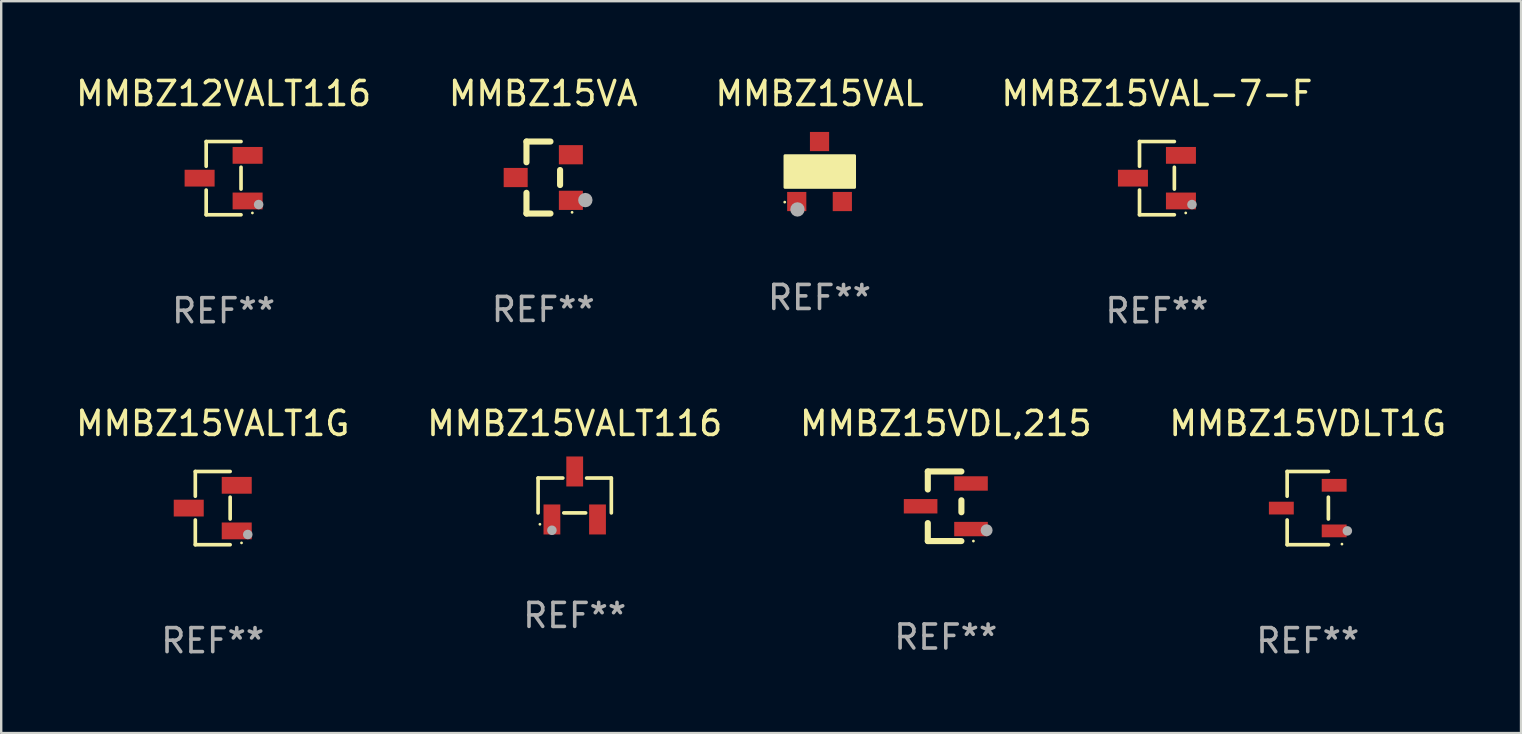
<source format=kicad_pcb>
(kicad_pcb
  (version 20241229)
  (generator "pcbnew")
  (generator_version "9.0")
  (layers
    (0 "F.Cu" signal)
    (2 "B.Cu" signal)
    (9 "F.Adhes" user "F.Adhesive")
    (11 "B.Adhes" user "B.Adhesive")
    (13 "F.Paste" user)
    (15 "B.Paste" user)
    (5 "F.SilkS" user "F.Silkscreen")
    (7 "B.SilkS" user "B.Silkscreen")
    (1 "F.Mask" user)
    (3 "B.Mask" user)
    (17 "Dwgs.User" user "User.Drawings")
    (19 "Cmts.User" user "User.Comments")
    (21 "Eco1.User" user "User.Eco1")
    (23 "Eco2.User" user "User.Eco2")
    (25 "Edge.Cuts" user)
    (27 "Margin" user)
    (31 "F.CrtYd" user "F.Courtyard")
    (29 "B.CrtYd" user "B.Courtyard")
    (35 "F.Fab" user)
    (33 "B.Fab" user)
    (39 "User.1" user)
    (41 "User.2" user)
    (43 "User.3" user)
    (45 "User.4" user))
  (footprint "MMBZ15VAL-7-F"
    (layer "F.Cu")
    (at 45.161 4.374)
    (property "Reference" "MMBZ15VAL-7-F" (at 0 -3.526 0) (layer "F.SilkS") (effects (font (size 1 1) (thickness 0.15))))
    (attr through_hole)
    (fp_line (start -0.726 -1.526) (end -0.726 -0.495) (stroke (width 0.152) (type solid)) (layer "F.SilkS"))
    (fp_line (start -0.726 1.526) (end -0.726 0.495) (stroke (width 0.152) (type solid)) (layer "F.SilkS"))
    (fp_line (start 0.726 -1.526) (end -0.726 -1.526) (stroke (width 0.152) (type solid)) (layer "F.SilkS"))
    (fp_line (start 0.726 -0.455) (end 0.726 0.455) (stroke (width 0.152) (type solid)) (layer "F.SilkS"))
    (fp_line (start 0.726 1.526) (end -0.726 1.526) (stroke (width 0.152) (type solid)) (layer "F.SilkS"))
    (fp_circle (center 1.2 1.45) (end 1.23 1.45) (stroke (width 0.06) (type solid)) (fill no) (layer "F.SilkS"))
    (fp_circle (center 1.46 1.1) (end 1.56 1.1) (stroke (width 0.2) (type solid)) (fill no) (layer "F.Fab"))
    (fp_text user "REF**" (at 0 5.526 0) (layer "F.Fab") (effects (font (size 1 1) (thickness 0.15))))
    (pad "1" smd rect (at 1 0.95) (size 1.25 0.7) (layers "F.Cu" "F.Mask" "F.Paste"))
    (pad "2" smd rect (at 1 -0.95) (size 1.25 0.7) (layers "F.Cu" "F.Mask" "F.Paste"))
    (pad "3" smd rect (at -1 0) (size 1.25 0.7) (layers "F.Cu" "F.Mask" "F.Paste")))
  (footprint "MMBZ15VAL"
    (layer "F.Cu")
    (at 31.101 4.098)
    (property "Reference" "MMBZ15VAL" (at 0 -3.25 0) (layer "F.SilkS") (effects (font (size 1 1) (thickness 0.15))))
    (attr through_hole)
    (fp_circle (center -1.45 1.275) (end -1.42 1.275) (stroke (width 0.06) (type solid)) (fill no) (layer "F.SilkS"))
    (fp_poly (pts (xy -1.44 -0.66) (xy 1.46 -0.66) (xy 1.46 0.66) (xy -1.44 0.66)) (stroke (width 0.12) (type solid)) (fill yes) (layer "F.SilkS"))
    (fp_circle (center -0.92 1.58) (end -0.77 1.58) (stroke (width 0.3) (type solid)) (fill no) (layer "F.Fab"))
    (fp_text user "REF**" (at 0 5.25 0) (layer "F.Fab") (effects (font (size 1 1) (thickness 0.15))))
    (pad "1" smd rect (at -0.95 1.25) (size 0.8 0.8) (layers "F.Cu" "F.Mask" "F.Paste"))
    (pad "2" smd rect (at 0.95 1.25) (size 0.8 0.8) (layers "F.Cu" "F.Mask" "F.Paste"))
    (pad "3" smd rect (at 0 -1.25) (size 0.8 0.8) (layers "F.Cu" "F.Mask" "F.Paste")))
  (footprint "MMBZ15VALT1G"
    (layer "F.Cu")
    (at 5.815 18.123)
    (property "Reference" "MMBZ15VALT1G" (at 0 -3.526 0) (layer "F.SilkS") (effects (font (size 1 1) (thickness 0.15))))
    (attr through_hole)
    (fp_line (start -0.726 -1.526) (end -0.726 -0.495) (stroke (width 0.152) (type solid)) (layer "F.SilkS"))
    (fp_line (start -0.726 1.526) (end -0.726 0.495) (stroke (width 0.152) (type solid)) (layer "F.SilkS"))
    (fp_line (start 0.726 -1.526) (end -0.726 -1.526) (stroke (width 0.152) (type solid)) (layer "F.SilkS"))
    (fp_line (start 0.726 -0.455) (end 0.726 0.455) (stroke (width 0.152) (type solid)) (layer "F.SilkS"))
    (fp_line (start 0.726 1.526) (end -0.726 1.526) (stroke (width 0.152) (type solid)) (layer "F.SilkS"))
    (fp_circle (center 1.2 1.45) (end 1.23 1.45) (stroke (width 0.06) (type solid)) (fill no) (layer "F.SilkS"))
    (fp_circle (center 1.46 1.1) (end 1.56 1.1) (stroke (width 0.2) (type solid)) (fill no) (layer "F.Fab"))
    (fp_text user "REF**" (at 0 5.526 0) (layer "F.Fab") (effects (font (size 1 1) (thickness 0.15))))
    (pad "1" smd rect (at 1 0.95) (size 1.25 0.7) (layers "F.Cu" "F.Mask" "F.Paste"))
    (pad "2" smd rect (at 1 -0.95) (size 1.25 0.7) (layers "F.Cu" "F.Mask" "F.Paste"))
    (pad "3" smd rect (at -1 0) (size 1.25 0.7) (layers "F.Cu" "F.Mask" "F.Paste")))
  (footprint "MMBZ15VA"
    (layer "F.Cu")
    (at 19.589 4.348)
    (property "Reference" "MMBZ15VA" (at 0 -3.5 0) (layer "F.SilkS") (effects (font (size 1 1) (thickness 0.15))))
    (attr through_hole)
    (fp_line (start -0.7 -1.5) (end 0.3 -1.5) (stroke (width 0.254) (type solid)) (layer "F.SilkS"))
    (fp_line (start -0.7 -0.636) (end -0.7 -1.5) (stroke (width 0.254) (type solid)) (layer "F.SilkS"))
    (fp_line (start -0.7 1.5) (end -0.7 0.636) (stroke (width 0.254) (type solid)) (layer "F.SilkS"))
    (fp_line (start -0.7 1.5) (end 0.3 1.5) (stroke (width 0.254) (type solid)) (layer "F.SilkS"))
    (fp_line (start 0.7 0.314) (end 0.7 -0.314) (stroke (width 0.254) (type solid)) (layer "F.SilkS"))
    (fp_circle (center 1.2 1.45) (end 1.23 1.45) (stroke (width 0.06) (type solid)) (fill no) (layer "F.SilkS"))
    (fp_circle (center 1.753 0.94) (end 1.903 0.94) (stroke (width 0.3) (type solid)) (fill no) (layer "F.Fab"))
    (fp_text user "REF**" (at 0 5.5 0) (layer "F.Fab") (effects (font (size 1 1) (thickness 0.15))))
    (pad "1" smd rect (at 1.15 0.95 180) (size 1 0.8) (layers "F.Cu" "F.Mask" "F.Paste"))
    (pad "2" smd rect (at 1.15 -0.95 180) (size 1 0.8) (layers "F.Cu" "F.Mask" "F.Paste"))
    (pad "3" smd rect (at -1.15 -0.000051 180) (size 1 0.8) (layers "F.Cu" "F.Mask" "F.Paste")))
  (footprint "MMBZ12VALT116"
    (layer "F.Cu")
    (at 6.268 4.374)
    (property "Reference" "MMBZ12VALT116" (at 0 -3.526 0) (layer "F.SilkS") (effects (font (size 1 1) (thickness 0.15))))
    (attr through_hole)
    (fp_line (start -0.726 -1.526) (end -0.726 -0.495) (stroke (width 0.152) (type solid)) (layer "F.SilkS"))
    (fp_line (start -0.726 1.526) (end -0.726 0.495) (stroke (width 0.152) (type solid)) (layer "F.SilkS"))
    (fp_line (start 0.726 -1.526) (end -0.726 -1.526) (stroke (width 0.152) (type solid)) (layer "F.SilkS"))
    (fp_line (start 0.726 -0.455) (end 0.726 0.455) (stroke (width 0.152) (type solid)) (layer "F.SilkS"))
    (fp_line (start 0.726 1.526) (end -0.726 1.526) (stroke (width 0.152) (type solid)) (layer "F.SilkS"))
    (fp_circle (center 1.2 1.45) (end 1.23 1.45) (stroke (width 0.06) (type solid)) (fill no) (layer "F.SilkS"))
    (fp_circle (center 1.46 1.1) (end 1.56 1.1) (stroke (width 0.2) (type solid)) (fill no) (layer "F.Fab"))
    (fp_text user "REF**" (at 0 5.526 0) (layer "F.Fab") (effects (font (size 1 1) (thickness 0.15))))
    (pad "1" smd rect (at 1 0.95) (size 1.25 0.7) (layers "F.Cu" "F.Mask" "F.Paste"))
    (pad "2" smd rect (at 1 -0.95) (size 1.25 0.7) (layers "F.Cu" "F.Mask" "F.Paste"))
    (pad "3" smd rect (at -1 0) (size 1.25 0.7) (layers "F.Cu" "F.Mask" "F.Paste")))
  (footprint "MMBZ15VALT116"
    (layer "F.Cu")
    (at 20.899 17.597)
    (property "Reference" "MMBZ15VALT116" (at 0 -3 0) (layer "F.SilkS") (effects (font (size 1 1) (thickness 0.15))))
    (attr through_hole)
    (fp_line (start -1.526 -0.726) (end -0.495 -0.726) (stroke (width 0.152) (type solid)) (layer "F.SilkS"))
    (fp_line (start -1.526 0.726) (end -1.526 -0.726) (stroke (width 0.152) (type solid)) (layer "F.SilkS"))
    (fp_line (start 0.455 0.726) (end -0.455 0.726) (stroke (width 0.152) (type solid)) (layer "F.SilkS"))
    (fp_line (start 1.526 -0.726) (end 0.495 -0.726) (stroke (width 0.152) (type solid)) (layer "F.SilkS"))
    (fp_line (start 1.526 0.726) (end 1.526 -0.726) (stroke (width 0.152) (type solid)) (layer "F.SilkS"))
    (fp_circle (center -1.45 1.2) (end -1.42 1.2) (stroke (width 0.06) (type solid)) (fill no) (layer "F.SilkS"))
    (fp_circle (center -0.95 1.45) (end -0.85 1.45) (stroke (width 0.2) (type solid)) (fill no) (layer "F.Fab"))
    (fp_text user "REF**" (at 0 5 0) (layer "F.Fab") (effects (font (size 1 1) (thickness 0.15))))
    (pad "1" smd rect (at -0.95 1 270) (size 1.25 0.7) (layers "F.Cu" "F.Mask" "F.Paste"))
    (pad "2" smd rect (at 0.95 1 270) (size 1.25 0.7) (layers "F.Cu" "F.Mask" "F.Paste"))
    (pad "3" smd rect (at 0 -1 270) (size 1.25 0.7) (layers "F.Cu" "F.Mask" "F.Paste")))
  (footprint "MMBZ15VDLT1G"
    (layer "F.Cu")
    (at 51.446 18.123)
    (property "Reference" "MMBZ15VDLT1G" (at 0 -3.526 0) (layer "F.SilkS") (effects (font (size 1 1) (thickness 0.15))))
    (attr through_hole)
    (fp_line (start -0.859 -1.526) (end -0.859 -0.495) (stroke (width 0.152) (type solid)) (layer "F.SilkS"))
    (fp_line (start -0.859 1.526) (end -0.859 0.495) (stroke (width 0.152) (type solid)) (layer "F.SilkS"))
    (fp_line (start 0.859 -1.526) (end -0.859 -1.526) (stroke (width 0.152) (type solid)) (layer "F.SilkS"))
    (fp_line (start 0.859 -0.455) (end 0.859 0.455) (stroke (width 0.152) (type solid)) (layer "F.SilkS"))
    (fp_line (start 0.859 1.526) (end -0.859 1.526) (stroke (width 0.152) (type solid)) (layer "F.SilkS"))
    (fp_circle (center 1.425 1.5) (end 1.455 1.5) (stroke (width 0.06) (type solid)) (fill no) (layer "F.SilkS"))
    (fp_circle (center 1.65 0.95) (end 1.75 0.95) (stroke (width 0.2) (type solid)) (fill no) (layer "F.Fab"))
    (fp_text user "REF**" (at 0 5.526 0) (layer "F.Fab") (effects (font (size 1 1) (thickness 0.15))))
    (pad "1" smd rect (at 1.101 0.95) (size 1.037 0.532) (layers "F.Cu" "F.Mask" "F.Paste"))
    (pad "2" smd rect (at 1.101 -0.95) (size 1.037 0.532) (layers "F.Cu" "F.Mask" "F.Paste"))
    (pad "3" smd rect (at -1.101 0) (size 1.037 0.532) (layers "F.Cu" "F.Mask" "F.Paste")))
  (footprint "MMBZ15VDL,215"
    (layer "F.Cu")
    (at 36.363 18.047)
    (property "Reference" "MMBZ15VDL,215" (at 0 -3.45 0) (layer "F.SilkS") (effects (font (size 1 1) (thickness 0.15))))
    (attr through_hole)
    (fp_line (start -0.75 -1.45) (end 0.65 -1.45) (stroke (width 0.254) (type solid)) (layer "F.SilkS"))
    (fp_line (start -0.75 -0.7) (end -0.75 -1.45) (stroke (width 0.254) (type solid)) (layer "F.SilkS"))
    (fp_line (start -0.75 1.45) (end -0.75 0.7) (stroke (width 0.254) (type solid)) (layer "F.SilkS"))
    (fp_line (start -0.75 1.45) (end 0.65 1.45) (stroke (width 0.254) (type solid)) (layer "F.SilkS"))
    (fp_line (start 0.65 0.25) (end 0.65 -0.25) (stroke (width 0.254) (type solid)) (layer "F.SilkS"))
    (fp_circle (center 1.15 1.45) (end 1.18 1.45) (stroke (width 0.06) (type solid)) (fill no) (layer "F.SilkS"))
    (fp_circle (center 1.7 1) (end 1.825 1) (stroke (width 0.25) (type solid)) (fill no) (layer "F.Fab"))
    (fp_text user "REF**" (at 0 5.45 0) (layer "F.Fab") (effects (font (size 1 1) (thickness 0.15))))
    (pad "1" smd rect (at 1.05 0.95) (size 1.4 0.6) (layers "F.Cu" "F.Mask" "F.Paste"))
    (pad "2" smd rect (at 1.05 -0.95) (size 1.4 0.6) (layers "F.Cu" "F.Mask" "F.Paste"))
    (pad "3" smd rect (at -1.05 0) (size 1.4 0.6) (layers "F.Cu" "F.Mask" "F.Paste")))
  (gr_rect
    (start -3 -3)
    (end 60.333 27.498)
    (stroke (width 0.1) (type default))
    (fill no)
    (layer "Edge.Cuts")))
</source>
